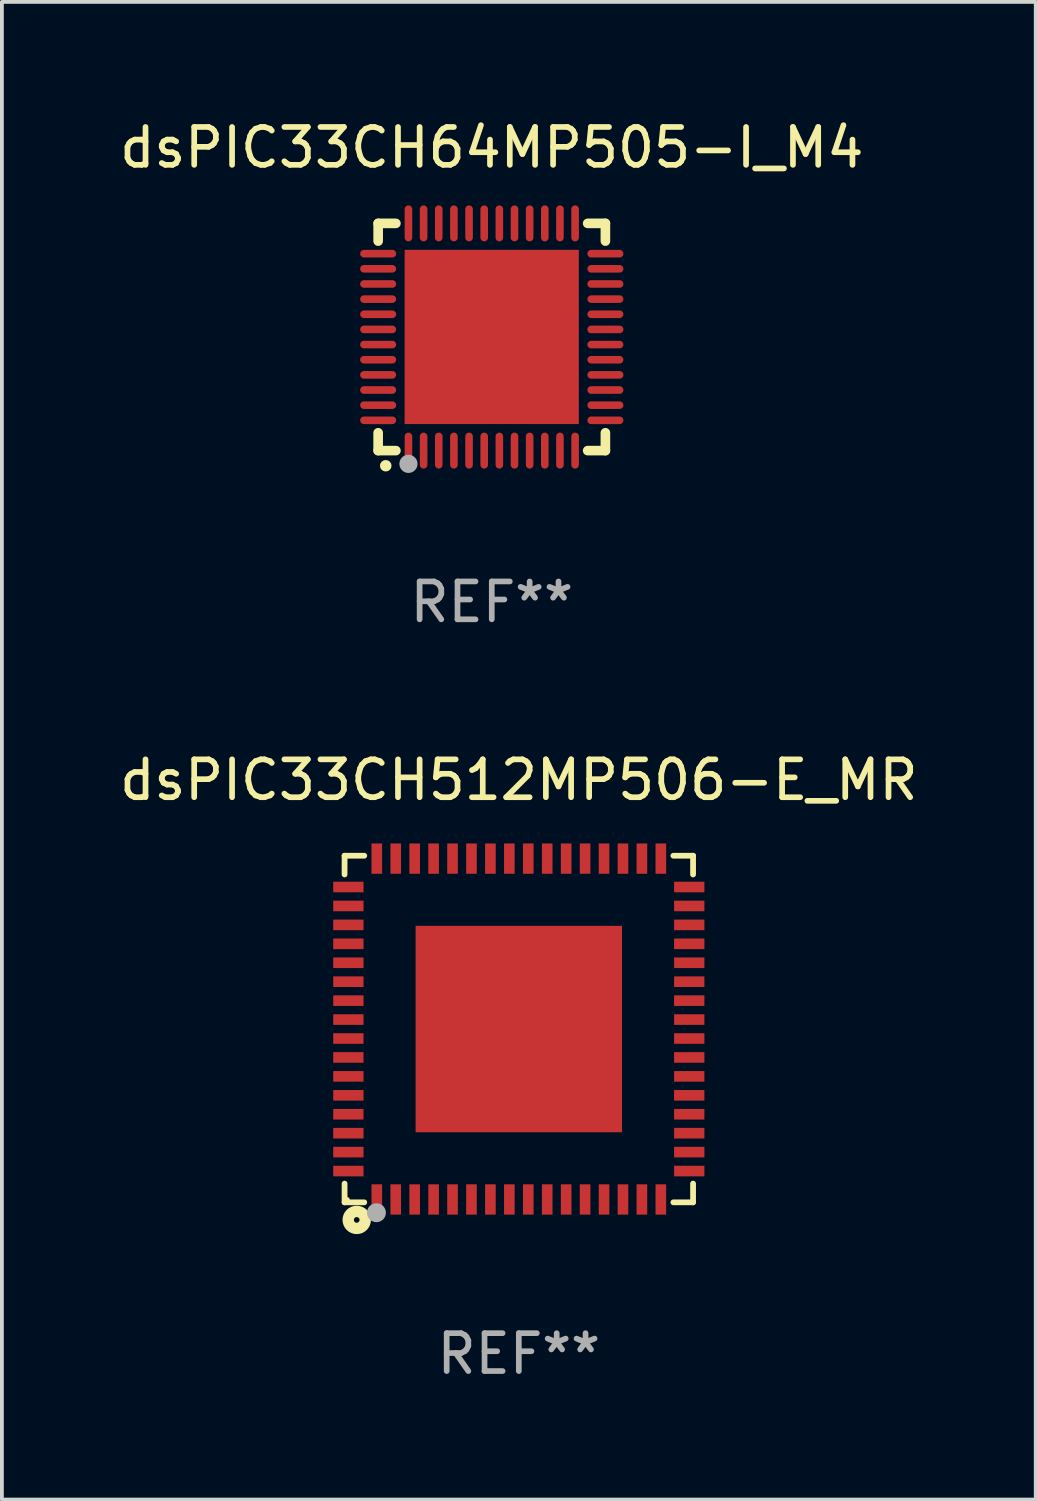
<source format=kicad_pcb>
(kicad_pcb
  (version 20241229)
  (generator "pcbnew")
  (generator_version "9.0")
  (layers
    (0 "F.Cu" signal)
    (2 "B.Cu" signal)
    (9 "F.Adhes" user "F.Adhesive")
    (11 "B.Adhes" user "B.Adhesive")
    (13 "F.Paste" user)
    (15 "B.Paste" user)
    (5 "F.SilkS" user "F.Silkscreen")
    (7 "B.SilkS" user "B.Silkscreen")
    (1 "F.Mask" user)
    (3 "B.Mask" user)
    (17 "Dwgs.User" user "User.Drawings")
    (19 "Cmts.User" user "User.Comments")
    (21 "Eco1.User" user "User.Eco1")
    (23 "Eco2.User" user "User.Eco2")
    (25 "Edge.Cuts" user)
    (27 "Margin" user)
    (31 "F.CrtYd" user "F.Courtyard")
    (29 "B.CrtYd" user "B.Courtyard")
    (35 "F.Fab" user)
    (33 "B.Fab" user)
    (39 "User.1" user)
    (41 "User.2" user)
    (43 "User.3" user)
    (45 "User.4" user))
  (footprint "dsPIC33CH512MP506-E_MR"
    (layer "F.Cu")
    (at 10.649 24.121)
    (property "Reference" "dsPIC33CH512MP506-E_MR" (at 0 -6.576 0) (layer "F.SilkS") (effects (font (size 1 1) (thickness 0.15))))
    (attr through_hole)
    (fp_line (start -4.601 -4.576) (end -4.081 -4.576) (stroke (width 0.152) (type solid)) (layer "F.SilkS"))
    (fp_line (start -4.601 -4.081) (end -4.601 -4.576) (stroke (width 0.152) (type solid)) (layer "F.SilkS"))
    (fp_line (start -4.601 4.081) (end -4.601 4.576) (stroke (width 0.152) (type solid)) (layer "F.SilkS"))
    (fp_line (start -4.601 4.576) (end -4.081 4.576) (stroke (width 0.152) (type solid)) (layer "F.SilkS"))
    (fp_line (start 4.601 -4.576) (end 4.081 -4.576) (stroke (width 0.152) (type solid)) (layer "F.SilkS"))
    (fp_line (start 4.601 -4.081) (end 4.601 -4.576) (stroke (width 0.152) (type solid)) (layer "F.SilkS"))
    (fp_line (start 4.601 4.081) (end 4.601 4.576) (stroke (width 0.152) (type solid)) (layer "F.SilkS"))
    (fp_line (start 4.601 4.576) (end 4.081 4.576) (stroke (width 0.152) (type solid)) (layer "F.SilkS"))
    (fp_circle (center -4.525 4.5) (end -4.495 4.5) (stroke (width 0.06) (type solid)) (fill no) (layer "F.SilkS"))
    (fp_circle (center -4.28 5.04) (end -4.205 5.04) (stroke (width 0.3) (type solid)) (fill no) (layer "F.SilkS"))
    (fp_circle (center -3.76 4.85) (end -3.635 4.85) (stroke (width 0.25) (type solid)) (fill no) (layer "F.Fab"))
    (fp_text user "REF**" (at 0 8.576 0) (layer "F.Fab") (effects (font (size 1 1) (thickness 0.15))))
    (pad "1" smd rect (at -3.75 4.5) (size 0.28 0.8) (layers "F.Cu" "F.Mask" "F.Paste"))
    (pad "2" smd rect (at -3.25 4.5) (size 0.28 0.8) (layers "F.Cu" "F.Mask" "F.Paste"))
    (pad "3" smd rect (at -2.75 4.5) (size 0.28 0.8) (layers "F.Cu" "F.Mask" "F.Paste"))
    (pad "4" smd rect (at -2.25 4.5) (size 0.28 0.8) (layers "F.Cu" "F.Mask" "F.Paste"))
    (pad "5" smd rect (at -1.75 4.5) (size 0.28 0.8) (layers "F.Cu" "F.Mask" "F.Paste"))
    (pad "6" smd rect (at -1.25 4.5) (size 0.28 0.8) (layers "F.Cu" "F.Mask" "F.Paste"))
    (pad "7" smd rect (at -0.75 4.5) (size 0.28 0.8) (layers "F.Cu" "F.Mask" "F.Paste"))
    (pad "8" smd rect (at -0.25 4.5) (size 0.28 0.8) (layers "F.Cu" "F.Mask" "F.Paste"))
    (pad "9" smd rect (at 0.25 4.5) (size 0.28 0.8) (layers "F.Cu" "F.Mask" "F.Paste"))
    (pad "10" smd rect (at 0.75 4.5) (size 0.28 0.8) (layers "F.Cu" "F.Mask" "F.Paste"))
    (pad "11" smd rect (at 1.25 4.5) (size 0.28 0.8) (layers "F.Cu" "F.Mask" "F.Paste"))
    (pad "12" smd rect (at 1.75 4.5) (size 0.28 0.8) (layers "F.Cu" "F.Mask" "F.Paste"))
    (pad "13" smd rect (at 2.25 4.5) (size 0.28 0.8) (layers "F.Cu" "F.Mask" "F.Paste"))
    (pad "14" smd rect (at 2.75 4.5) (size 0.28 0.8) (layers "F.Cu" "F.Mask" "F.Paste"))
    (pad "15" smd rect (at 3.25 4.5) (size 0.28 0.8) (layers "F.Cu" "F.Mask" "F.Paste"))
    (pad "16" smd rect (at 3.75 4.5) (size 0.28 0.8) (layers "F.Cu" "F.Mask" "F.Paste"))
    (pad "17" smd rect (at 4.5 3.75) (size 0.8 0.28) (layers "F.Cu" "F.Mask" "F.Paste"))
    (pad "18" smd rect (at 4.5 3.25) (size 0.8 0.28) (layers "F.Cu" "F.Mask" "F.Paste"))
    (pad "19" smd rect (at 4.5 2.75) (size 0.8 0.28) (layers "F.Cu" "F.Mask" "F.Paste"))
    (pad "20" smd rect (at 4.5 2.25) (size 0.8 0.28) (layers "F.Cu" "F.Mask" "F.Paste"))
    (pad "21" smd rect (at 4.5 1.75) (size 0.8 0.28) (layers "F.Cu" "F.Mask" "F.Paste"))
    (pad "22" smd rect (at 4.5 1.25) (size 0.8 0.28) (layers "F.Cu" "F.Mask" "F.Paste"))
    (pad "23" smd rect (at 4.5 0.75) (size 0.8 0.28) (layers "F.Cu" "F.Mask" "F.Paste"))
    (pad "24" smd rect (at 4.5 0.25) (size 0.8 0.28) (layers "F.Cu" "F.Mask" "F.Paste"))
    (pad "25" smd rect (at 4.5 -0.25) (size 0.8 0.28) (layers "F.Cu" "F.Mask" "F.Paste"))
    (pad "26" smd rect (at 4.5 -0.75) (size 0.8 0.28) (layers "F.Cu" "F.Mask" "F.Paste"))
    (pad "27" smd rect (at 4.5 -1.25) (size 0.8 0.28) (layers "F.Cu" "F.Mask" "F.Paste"))
    (pad "28" smd rect (at 4.5 -1.75) (size 0.8 0.28) (layers "F.Cu" "F.Mask" "F.Paste"))
    (pad "29" smd rect (at 4.5 -2.25) (size 0.8 0.28) (layers "F.Cu" "F.Mask" "F.Paste"))
    (pad "30" smd rect (at 4.5 -2.75) (size 0.8 0.28) (layers "F.Cu" "F.Mask" "F.Paste"))
    (pad "31" smd rect (at 4.5 -3.25) (size 0.8 0.28) (layers "F.Cu" "F.Mask" "F.Paste"))
    (pad "32" smd rect (at 4.5 -3.75) (size 0.8 0.28) (layers "F.Cu" "F.Mask" "F.Paste"))
    (pad "33" smd rect (at 3.75 -4.5) (size 0.28 0.8) (layers "F.Cu" "F.Mask" "F.Paste"))
    (pad "34" smd rect (at 3.25 -4.5) (size 0.28 0.8) (layers "F.Cu" "F.Mask" "F.Paste"))
    (pad "35" smd rect (at 2.75 -4.5) (size 0.28 0.8) (layers "F.Cu" "F.Mask" "F.Paste"))
    (pad "36" smd rect (at 2.25 -4.5) (size 0.28 0.8) (layers "F.Cu" "F.Mask" "F.Paste"))
    (pad "37" smd rect (at 1.75 -4.5) (size 0.28 0.8) (layers "F.Cu" "F.Mask" "F.Paste"))
    (pad "38" smd rect (at 1.25 -4.5) (size 0.28 0.8) (layers "F.Cu" "F.Mask" "F.Paste"))
    (pad "39" smd rect (at 0.75 -4.5) (size 0.28 0.8) (layers "F.Cu" "F.Mask" "F.Paste"))
    (pad "40" smd rect (at 0.25 -4.5) (size 0.28 0.8) (layers "F.Cu" "F.Mask" "F.Paste"))
    (pad "41" smd rect (at -0.25 -4.5) (size 0.28 0.8) (layers "F.Cu" "F.Mask" "F.Paste"))
    (pad "42" smd rect (at -0.75 -4.5) (size 0.28 0.8) (layers "F.Cu" "F.Mask" "F.Paste"))
    (pad "43" smd rect (at -1.25 -4.5) (size 0.28 0.8) (layers "F.Cu" "F.Mask" "F.Paste"))
    (pad "44" smd rect (at -1.75 -4.5) (size 0.28 0.8) (layers "F.Cu" "F.Mask" "F.Paste"))
    (pad "45" smd rect (at -2.25 -4.5) (size 0.28 0.8) (layers "F.Cu" "F.Mask" "F.Paste"))
    (pad "46" smd rect (at -2.75 -4.5) (size 0.28 0.8) (layers "F.Cu" "F.Mask" "F.Paste"))
    (pad "47" smd rect (at -3.25 -4.5) (size 0.28 0.8) (layers "F.Cu" "F.Mask" "F.Paste"))
    (pad "48" smd rect (at -3.75 -4.5) (size 0.28 0.8) (layers "F.Cu" "F.Mask" "F.Paste"))
    (pad "49" smd rect (at -4.5 -3.75) (size 0.8 0.28) (layers "F.Cu" "F.Mask" "F.Paste"))
    (pad "50" smd rect (at -4.5 -3.25) (size 0.8 0.28) (layers "F.Cu" "F.Mask" "F.Paste"))
    (pad "51" smd rect (at -4.5 -2.75) (size 0.8 0.28) (layers "F.Cu" "F.Mask" "F.Paste"))
    (pad "52" smd rect (at -4.5 -2.25) (size 0.8 0.28) (layers "F.Cu" "F.Mask" "F.Paste"))
    (pad "53" smd rect (at -4.5 -1.75) (size 0.8 0.28) (layers "F.Cu" "F.Mask" "F.Paste"))
    (pad "54" smd rect (at -4.5 -1.25) (size 0.8 0.28) (layers "F.Cu" "F.Mask" "F.Paste"))
    (pad "55" smd rect (at -4.5 -0.75) (size 0.8 0.28) (layers "F.Cu" "F.Mask" "F.Paste"))
    (pad "56" smd rect (at -4.5 -0.25) (size 0.8 0.28) (layers "F.Cu" "F.Mask" "F.Paste"))
    (pad "57" smd rect (at -4.5 0.25) (size 0.8 0.28) (layers "F.Cu" "F.Mask" "F.Paste"))
    (pad "58" smd rect (at -4.5 0.75) (size 0.8 0.28) (layers "F.Cu" "F.Mask" "F.Paste"))
    (pad "59" smd rect (at -4.5 1.25) (size 0.8 0.28) (layers "F.Cu" "F.Mask" "F.Paste"))
    (pad "60" smd rect (at -4.5 1.75) (size 0.8 0.28) (layers "F.Cu" "F.Mask" "F.Paste"))
    (pad "61" smd rect (at -4.5 2.25) (size 0.8 0.28) (layers "F.Cu" "F.Mask" "F.Paste"))
    (pad "62" smd rect (at -4.5 2.75) (size 0.8 0.28) (layers "F.Cu" "F.Mask" "F.Paste"))
    (pad "63" smd rect (at -4.5 3.25) (size 0.8 0.28) (layers "F.Cu" "F.Mask" "F.Paste"))
    (pad "64" smd rect (at -4.5 3.75) (size 0.8 0.28) (layers "F.Cu" "F.Mask" "F.Paste"))
    (pad "65" smd rect (at 0 0) (size 5.45 5.45) (layers "F.Cu" "F.Mask" "F.Paste")))
  (footprint "dsPIC33CH64MP505-I_M4"
    (layer "F.Cu")
    (at 9.935 5.848)
    (property "Reference" "dsPIC33CH64MP505-I_M4" (at 0 -5 0) (layer "F.SilkS") (effects (font (size 1 1) (thickness 0.15))))
    (attr through_hole)
    (fp_line (start -3 -3) (end -2.532 -3) (stroke (width 0.254) (type solid)) (layer "F.SilkS"))
    (fp_line (start -3 -2.532) (end -3 -3) (stroke (width 0.254) (type solid)) (layer "F.SilkS"))
    (fp_line (start -3 3) (end -3 2.529) (stroke (width 0.254) (type solid)) (layer "F.SilkS"))
    (fp_line (start -2.532 3) (end -3 3) (stroke (width 0.254) (type solid)) (layer "F.SilkS"))
    (fp_line (start 2.532 -3) (end 3 -3) (stroke (width 0.254) (type solid)) (layer "F.SilkS"))
    (fp_line (start 3 -3) (end 3 -2.532) (stroke (width 0.254) (type solid)) (layer "F.SilkS"))
    (fp_line (start 3 2.529) (end 3 3) (stroke (width 0.254) (type solid)) (layer "F.SilkS"))
    (fp_line (start 3 3) (end 2.532 3) (stroke (width 0.254) (type solid)) (layer "F.SilkS"))
    (fp_arc (start -2.801295 3.400025) (mid -2.800025 3.40002) (end -2.798755 3.400025) (stroke (width 0.3) (type solid)) (layer "F.SilkS"))
    (fp_circle (center -3 3) (end -2.97 3) (stroke (width 0.06) (type solid)) (fill no) (layer "F.SilkS"))
    (fp_circle (center -2.2 3.35) (end -2.08 3.35) (stroke (width 0.24) (type solid)) (fill no) (layer "F.Fab"))
    (fp_text user "REF**" (at 0 7 0) (layer "F.Fab") (effects (font (size 1 1) (thickness 0.15))))
    (pad "1" smd oval (at -2.2 3) (size 0.2 0.95) (layers "F.Cu" "F.Mask" "F.Paste"))
    (pad "2" smd oval (at -1.8 3) (size 0.2 0.95) (layers "F.Cu" "F.Mask" "F.Paste"))
    (pad "3" smd oval (at -1.4 3) (size 0.2 0.95) (layers "F.Cu" "F.Mask" "F.Paste"))
    (pad "4" smd oval (at -1 3) (size 0.2 0.95) (layers "F.Cu" "F.Mask" "F.Paste"))
    (pad "5" smd oval (at -0.6 3) (size 0.2 0.95) (layers "F.Cu" "F.Mask" "F.Paste"))
    (pad "6" smd oval (at -0.2 3) (size 0.2 0.95) (layers "F.Cu" "F.Mask" "F.Paste"))
    (pad "7" smd oval (at 0.2 3) (size 0.2 0.95) (layers "F.Cu" "F.Mask" "F.Paste"))
    (pad "8" smd oval (at 0.6 3) (size 0.2 0.95) (layers "F.Cu" "F.Mask" "F.Paste"))
    (pad "9" smd oval (at 1 3) (size 0.2 0.95) (layers "F.Cu" "F.Mask" "F.Paste"))
    (pad "10" smd oval (at 1.4 3) (size 0.2 0.95) (layers "F.Cu" "F.Mask" "F.Paste"))
    (pad "11" smd oval (at 1.8 3) (size 0.2 0.95) (layers "F.Cu" "F.Mask" "F.Paste"))
    (pad "12" smd oval (at 2.2 3) (size 0.2 0.95) (layers "F.Cu" "F.Mask" "F.Paste"))
    (pad "13" smd oval (at 3 2.2 90) (size 0.2 0.95) (layers "F.Cu" "F.Mask" "F.Paste"))
    (pad "14" smd oval (at 3 1.8 90) (size 0.2 0.95) (layers "F.Cu" "F.Mask" "F.Paste"))
    (pad "15" smd oval (at 3 1.4 90) (size 0.2 0.95) (layers "F.Cu" "F.Mask" "F.Paste"))
    (pad "16" smd oval (at 3 1 90) (size 0.2 0.95) (layers "F.Cu" "F.Mask" "F.Paste"))
    (pad "17" smd oval (at 3 0.6 90) (size 0.2 0.95) (layers "F.Cu" "F.Mask" "F.Paste"))
    (pad "18" smd oval (at 3 0.2 90) (size 0.2 0.95) (layers "F.Cu" "F.Mask" "F.Paste"))
    (pad "19" smd oval (at 3 -0.2 90) (size 0.2 0.95) (layers "F.Cu" "F.Mask" "F.Paste"))
    (pad "20" smd oval (at 3 -0.6 90) (size 0.2 0.95) (layers "F.Cu" "F.Mask" "F.Paste"))
    (pad "21" smd oval (at 3 -1 90) (size 0.2 0.95) (layers "F.Cu" "F.Mask" "F.Paste"))
    (pad "22" smd oval (at 3 -1.4 90) (size 0.2 0.95) (layers "F.Cu" "F.Mask" "F.Paste"))
    (pad "23" smd oval (at 3 -1.8 90) (size 0.2 0.95) (layers "F.Cu" "F.Mask" "F.Paste"))
    (pad "24" smd oval (at 3 -2.2 90) (size 0.2 0.95) (layers "F.Cu" "F.Mask" "F.Paste"))
    (pad "25" smd oval (at 2.2 -3 180) (size 0.2 0.95) (layers "F.Cu" "F.Mask" "F.Paste"))
    (pad "26" smd oval (at 1.8 -3 180) (size 0.2 0.95) (layers "F.Cu" "F.Mask" "F.Paste"))
    (pad "27" smd oval (at 1.4 -3 180) (size 0.2 0.95) (layers "F.Cu" "F.Mask" "F.Paste"))
    (pad "28" smd oval (at 1 -3 180) (size 0.2 0.95) (layers "F.Cu" "F.Mask" "F.Paste"))
    (pad "29" smd oval (at 0.6 -3 180) (size 0.2 0.95) (layers "F.Cu" "F.Mask" "F.Paste"))
    (pad "30" smd oval (at 0.2 -3 180) (size 0.2 0.95) (layers "F.Cu" "F.Mask" "F.Paste"))
    (pad "31" smd oval (at -0.2 -3 180) (size 0.2 0.95) (layers "F.Cu" "F.Mask" "F.Paste"))
    (pad "32" smd oval (at -0.6 -3 180) (size 0.2 0.95) (layers "F.Cu" "F.Mask" "F.Paste"))
    (pad "33" smd oval (at -1 -3 180) (size 0.2 0.95) (layers "F.Cu" "F.Mask" "F.Paste"))
    (pad "34" smd oval (at -1.4 -3 180) (size 0.2 0.95) (layers "F.Cu" "F.Mask" "F.Paste"))
    (pad "35" smd oval (at -1.8 -3 180) (size 0.2 0.95) (layers "F.Cu" "F.Mask" "F.Paste"))
    (pad "36" smd oval (at -2.2 -3 180) (size 0.2 0.95) (layers "F.Cu" "F.Mask" "F.Paste"))
    (pad "37" smd oval (at -3 -2.2 270) (size 0.2 0.95) (layers "F.Cu" "F.Mask" "F.Paste"))
    (pad "38" smd oval (at -3 -1.8 270) (size 0.2 0.95) (layers "F.Cu" "F.Mask" "F.Paste"))
    (pad "39" smd oval (at -3 -1.4 270) (size 0.2 0.95) (layers "F.Cu" "F.Mask" "F.Paste"))
    (pad "40" smd oval (at -3 -1 270) (size 0.2 0.95) (layers "F.Cu" "F.Mask" "F.Paste"))
    (pad "41" smd oval (at -3 -0.6 270) (size 0.2 0.95) (layers "F.Cu" "F.Mask" "F.Paste"))
    (pad "42" smd oval (at -3 -0.2 270) (size 0.2 0.95) (layers "F.Cu" "F.Mask" "F.Paste"))
    (pad "43" smd oval (at -3 0.2 270) (size 0.2 0.95) (layers "F.Cu" "F.Mask" "F.Paste"))
    (pad "44" smd oval (at -3 0.6 270) (size 0.2 0.95) (layers "F.Cu" "F.Mask" "F.Paste"))
    (pad "45" smd oval (at -3 1 270) (size 0.2 0.95) (layers "F.Cu" "F.Mask" "F.Paste"))
    (pad "46" smd oval (at -3 1.4 270) (size 0.2 0.95) (layers "F.Cu" "F.Mask" "F.Paste"))
    (pad "47" smd oval (at -3 1.8 270) (size 0.2 0.95) (layers "F.Cu" "F.Mask" "F.Paste"))
    (pad "48" smd oval (at -3 2.2 270) (size 0.2 0.95) (layers "F.Cu" "F.Mask" "F.Paste"))
    (pad "49" smd rect (at -0.001 -0.001 180) (size 4.6 4.6) (layers "F.Cu" "F.Mask" "F.Paste")))
  (gr_rect
    (start -3 -3)
    (end 24.298 36.545)
    (stroke (width 0.1) (type default))
    (fill no)
    (layer "Edge.Cuts")))
</source>
